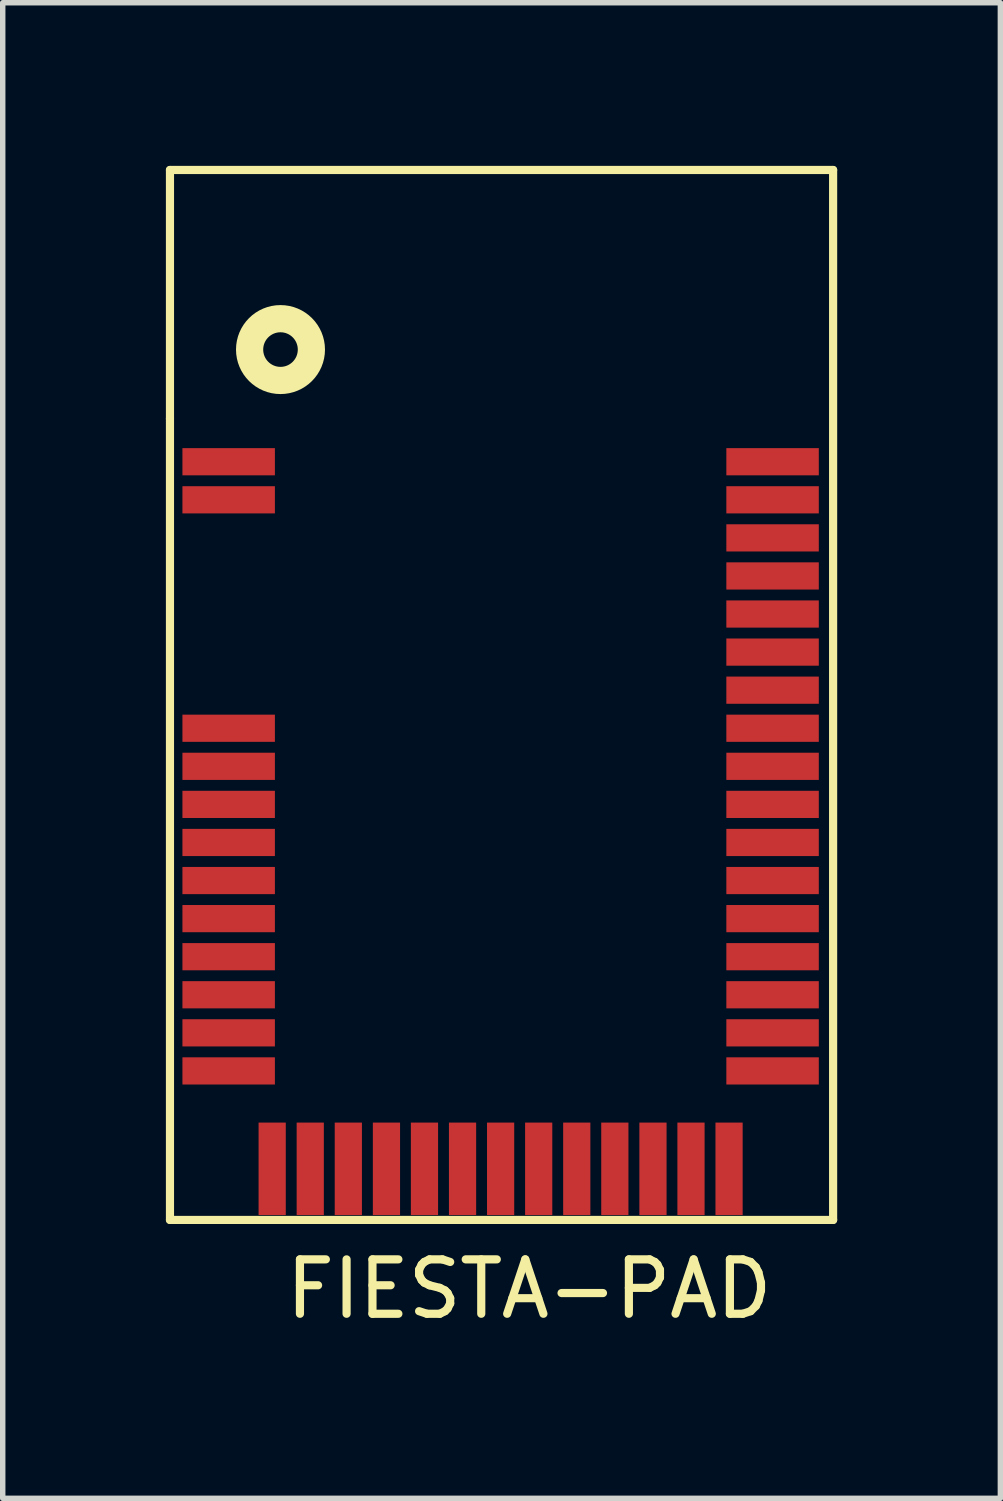
<source format=kicad_pcb>
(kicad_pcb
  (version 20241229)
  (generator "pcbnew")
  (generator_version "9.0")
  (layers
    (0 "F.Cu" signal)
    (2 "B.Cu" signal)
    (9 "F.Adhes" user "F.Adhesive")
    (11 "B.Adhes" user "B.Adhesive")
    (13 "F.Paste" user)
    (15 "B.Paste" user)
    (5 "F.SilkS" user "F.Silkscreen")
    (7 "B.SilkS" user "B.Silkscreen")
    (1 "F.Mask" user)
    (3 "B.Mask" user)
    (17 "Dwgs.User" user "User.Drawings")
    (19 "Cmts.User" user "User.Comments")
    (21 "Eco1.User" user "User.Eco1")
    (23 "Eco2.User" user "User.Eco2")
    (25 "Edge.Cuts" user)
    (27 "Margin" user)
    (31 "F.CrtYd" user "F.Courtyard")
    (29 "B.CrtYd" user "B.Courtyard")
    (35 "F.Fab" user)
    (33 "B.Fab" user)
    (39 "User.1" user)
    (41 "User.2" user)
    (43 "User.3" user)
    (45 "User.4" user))
  (footprint "FIESTA-PAD"
    (layer "F.Cu")
    (at 6.425 14.299)
    (property "Reference" "FIESTA-PAD" (at 0.254 6.35 0) (layer "F.SilkS") (effects (font (size 1 1) (thickness 0.15))))
    (attr through_hole)
    (fp_line (start -6.35 -14.224) (end -6.35 -9.652) (stroke (width 0.15) (type solid)) (layer "F.SilkS"))
    (fp_line (start -6.35 -9.652) (end -6.35 5.08) (stroke (width 0.15) (type solid)) (layer "F.SilkS"))
    (fp_line (start -6.35 5.08) (end 5.842 5.08) (stroke (width 0.15) (type solid)) (layer "F.SilkS"))
    (fp_line (start 5.842 -14.224) (end -6.35 -14.224) (stroke (width 0.15) (type solid)) (layer "F.SilkS"))
    (fp_line (start 5.842 5.08) (end 5.842 -14.224) (stroke (width 0.15) (type solid)) (layer "F.SilkS"))
    (fp_circle (center -4.318 -10.922) (end -4.826 -11.176) (stroke (width 0.5) (type solid)) (fill no) (layer "F.SilkS"))
    (pad "1" smd rect (at -5.271 -8.86) (size 1.7 0.5) (layers "F.Cu" "F.Mask" "F.Paste"))
    (pad "2" smd rect (at -5.271 -8.16) (size 1.7 0.5) (layers "F.Cu" "F.Mask" "F.Paste"))
    (pad "3" smd rect (at -5.271 -3.96) (size 1.7 0.5) (layers "F.Cu" "F.Mask" "F.Paste"))
    (pad "4" smd rect (at -5.271 -3.26) (size 1.7 0.5) (layers "F.Cu" "F.Mask" "F.Paste"))
    (pad "5" smd rect (at -5.271 -2.56) (size 1.7 0.5) (layers "F.Cu" "F.Mask" "F.Paste"))
    (pad "6" smd rect (at -5.271 -1.86) (size 1.7 0.5) (layers "F.Cu" "F.Mask" "F.Paste"))
    (pad "7" smd rect (at -5.271 -1.16) (size 1.7 0.5) (layers "F.Cu" "F.Mask" "F.Paste"))
    (pad "8" smd rect (at -5.271 -0.46) (size 1.7 0.5) (layers "F.Cu" "F.Mask" "F.Paste"))
    (pad "9" smd rect (at -5.271 0.24) (size 1.7 0.5) (layers "F.Cu" "F.Mask" "F.Paste"))
    (pad "10" smd rect (at -5.271 0.94) (size 1.7 0.5) (layers "F.Cu" "F.Mask" "F.Paste"))
    (pad "11" smd rect (at -5.271 1.64) (size 1.7 0.5) (layers "F.Cu" "F.Mask" "F.Paste"))
    (pad "12" smd rect (at -5.271 2.34) (size 1.7 0.5) (layers "F.Cu" "F.Mask" "F.Paste"))
    (pad "13" smd rect (at -4.471 4.14) (size 0.5 1.7) (layers "F.Cu" "F.Mask" "F.Paste"))
    (pad "14" smd rect (at -3.771 4.14) (size 0.5 1.7) (layers "F.Cu" "F.Mask" "F.Paste"))
    (pad "15" smd rect (at -3.071 4.14) (size 0.5 1.7) (layers "F.Cu" "F.Mask" "F.Paste"))
    (pad "16" smd rect (at -2.37 4.14) (size 0.5 1.7) (layers "F.Cu" "F.Mask" "F.Paste"))
    (pad "17" smd rect (at -1.671 4.14) (size 0.5 1.7) (layers "F.Cu" "F.Mask" "F.Paste"))
    (pad "18" smd rect (at -0.971 4.14) (size 0.5 1.7) (layers "F.Cu" "F.Mask" "F.Paste"))
    (pad "19" smd rect (at -0.271 4.14) (size 0.5 1.7) (layers "F.Cu" "F.Mask" "F.Paste"))
    (pad "20" smd rect (at 0.429 4.14) (size 0.5 1.7) (layers "F.Cu" "F.Mask" "F.Paste"))
    (pad "21" smd rect (at 1.129 4.14) (size 0.5 1.7) (layers "F.Cu" "F.Mask" "F.Paste"))
    (pad "22" smd rect (at 1.829 4.14) (size 0.5 1.7) (layers "F.Cu" "F.Mask" "F.Paste"))
    (pad "23" smd rect (at 2.53 4.14) (size 0.5 1.7) (layers "F.Cu" "F.Mask" "F.Paste"))
    (pad "24" smd rect (at 3.229 4.14) (size 0.5 1.7) (layers "F.Cu" "F.Mask" "F.Paste"))
    (pad "25" smd rect (at 3.929 4.14) (size 0.5 1.7) (layers "F.Cu" "F.Mask" "F.Paste"))
    (pad "26" smd rect (at 4.729 2.34) (size 1.7 0.5) (layers "F.Cu" "F.Mask" "F.Paste"))
    (pad "27" smd rect (at 4.729 1.64) (size 1.7 0.5) (layers "F.Cu" "F.Mask" "F.Paste"))
    (pad "28" smd rect (at 4.729 0.94) (size 1.7 0.5) (layers "F.Cu" "F.Mask" "F.Paste"))
    (pad "29" smd rect (at 4.729 0.24) (size 1.7 0.5) (layers "F.Cu" "F.Mask" "F.Paste"))
    (pad "30" smd rect (at 4.729 -0.46) (size 1.7 0.5) (layers "F.Cu" "F.Mask" "F.Paste"))
    (pad "31" smd rect (at 4.729 -1.16) (size 1.7 0.5) (layers "F.Cu" "F.Mask" "F.Paste"))
    (pad "32" smd rect (at 4.729 -1.86) (size 1.7 0.5) (layers "F.Cu" "F.Mask" "F.Paste"))
    (pad "33" smd rect (at 4.729 -2.56) (size 1.7 0.5) (layers "F.Cu" "F.Mask" "F.Paste"))
    (pad "34" smd rect (at 4.729 -3.26) (size 1.7 0.5) (layers "F.Cu" "F.Mask" "F.Paste"))
    (pad "35" smd rect (at 4.729 -3.96) (size 1.7 0.5) (layers "F.Cu" "F.Mask" "F.Paste"))
    (pad "36" smd rect (at 4.729 -4.66) (size 1.7 0.5) (layers "F.Cu" "F.Mask" "F.Paste"))
    (pad "37" smd rect (at 4.729 -5.36) (size 1.7 0.5) (layers "F.Cu" "F.Mask" "F.Paste"))
    (pad "38" smd rect (at 4.729 -6.06) (size 1.7 0.5) (layers "F.Cu" "F.Mask" "F.Paste"))
    (pad "39" smd rect (at 4.729 -6.76) (size 1.7 0.5) (layers "F.Cu" "F.Mask" "F.Paste"))
    (pad "40" smd rect (at 4.729 -7.46) (size 1.7 0.5) (layers "F.Cu" "F.Mask" "F.Paste"))
    (pad "41" smd rect (at 4.729 -8.16) (size 1.7 0.5) (layers "F.Cu" "F.Mask" "F.Paste"))
    (pad "42" smd rect (at 4.729 -8.86) (size 1.7 0.5) (layers "F.Cu" "F.Mask" "F.Paste")))
  (gr_rect
    (start -3 -3)
    (end 15.342 24.497)
    (stroke (width 0.1) (type default))
    (fill no)
    (layer "Edge.Cuts")))
</source>
